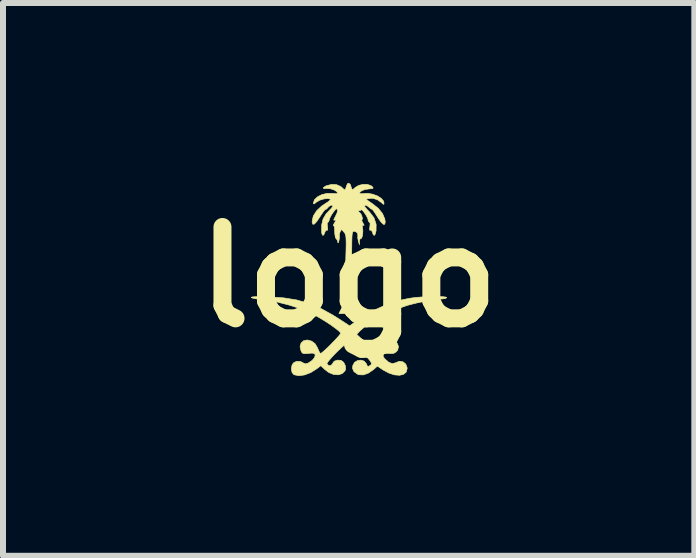
<source format=kicad_pcb>
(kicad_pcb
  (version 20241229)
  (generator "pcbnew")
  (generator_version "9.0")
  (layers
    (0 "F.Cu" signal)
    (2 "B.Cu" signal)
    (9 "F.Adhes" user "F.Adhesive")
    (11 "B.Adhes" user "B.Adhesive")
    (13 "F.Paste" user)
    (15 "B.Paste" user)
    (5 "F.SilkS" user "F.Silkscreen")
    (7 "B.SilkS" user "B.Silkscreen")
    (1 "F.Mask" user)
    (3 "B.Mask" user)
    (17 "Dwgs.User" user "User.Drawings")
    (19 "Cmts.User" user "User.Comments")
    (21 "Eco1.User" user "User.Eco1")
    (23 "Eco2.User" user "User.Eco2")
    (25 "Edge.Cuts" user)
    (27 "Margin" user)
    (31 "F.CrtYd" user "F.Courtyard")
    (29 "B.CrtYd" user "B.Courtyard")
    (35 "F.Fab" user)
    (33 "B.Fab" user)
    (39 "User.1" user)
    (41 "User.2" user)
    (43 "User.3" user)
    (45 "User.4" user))
  (footprint "logo"
    (layer "F.Cu")
    (at 2.765 1.57)
    (property "Reference" "logo" (at 0 0 0) (layer "F.SilkS") (effects (font (size 1.524 1.524) (thickness 0.3))))
    (attr through_hole)
    (fp_poly (pts (xy 1.56 0.328) (xy 1.613 0.333) (xy 1.636 0.342) (xy 1.636 0.345) (xy 1.609 0.359) (xy 1.56 0.366) (xy 1.556 0.366) (xy 1.48 0.371) (xy 1.377 0.386) (xy 1.258 0.407) (xy 1.135 0.433) (xy 1.02 0.462) (xy 0.965 0.477) (xy 0.821 0.528) (xy 0.671 0.593) (xy 0.524 0.667) (xy 0.388 0.746) (xy 0.273 0.825) (xy 0.187 0.899) (xy 0.174 0.913) (xy 0.134 0.957) (xy 0.306 1.118) (xy 0.374 1.181) (xy 0.432 1.233) (xy 0.473 1.267) (xy 0.49 1.279) (xy 0.502 1.262) (xy 0.52 1.219) (xy 0.526 1.2) (xy 0.566 1.118) (xy 0.629 1.07) (xy 0.702 1.057) (xy 0.768 1.072) (xy 0.813 1.11) (xy 0.831 1.162) (xy 0.818 1.218) (xy 0.793 1.249) (xy 0.75 1.274) (xy 0.692 1.277) (xy 0.67 1.274) (xy 0.605 1.274) (xy 0.574 1.294) (xy 0.578 1.331) (xy 0.602 1.364) (xy 0.668 1.422) (xy 0.729 1.445) (xy 0.78 1.431) (xy 0.781 1.431) (xy 0.845 1.405) (xy 0.905 1.414) (xy 0.952 1.451) (xy 0.975 1.513) (xy 0.975 1.528) (xy 0.959 1.587) (xy 0.914 1.624) (xy 0.847 1.639) (xy 0.764 1.632) (xy 0.671 1.602) (xy 0.574 1.55) (xy 0.568 1.546) (xy 0.479 1.486) (xy 0.414 1.544) (xy 0.327 1.604) (xy 0.242 1.633) (xy 0.166 1.629) (xy 0.15 1.622) (xy 0.088 1.578) (xy 0.064 1.523) (xy 0.069 1.476) (xy 0.098 1.423) (xy 0.148 1.393) (xy 0.206 1.386) (xy 0.259 1.403) (xy 0.295 1.445) (xy 0.298 1.454) (xy 0.314 1.489) (xy 0.334 1.49) (xy 0.355 1.476) (xy 0.378 1.457) (xy 0.38 1.437) (xy 0.362 1.405) (xy 0.338 1.373) (xy 0.294 1.324) (xy 0.231 1.262) (xy 0.16 1.199) (xy 0.148 1.188) (xy 0.077 1.133) (xy 0.028 1.102) (xy -0.004 1.093) (xy -0.02 1.097) (xy -0.059 1.125) (xy -0.113 1.171) (xy -0.175 1.229) (xy -0.237 1.291) (xy -0.293 1.351) (xy -0.336 1.402) (xy -0.36 1.436) (xy -0.362 1.445) (xy -0.336 1.475) (xy -0.3 1.478) (xy -0.273 1.452) (xy -0.27 1.444) (xy -0.242 1.405) (xy -0.189 1.386) (xy -0.127 1.39) (xy -0.126 1.391) (xy -0.083 1.423) (xy -0.056 1.477) (xy -0.051 1.535) (xy -0.059 1.561) (xy -0.106 1.61) (xy -0.173 1.631) (xy -0.252 1.625) (xy -0.333 1.592) (xy -0.398 1.542) (xy -0.464 1.479) (xy -0.533 1.531) (xy -0.633 1.594) (xy -0.735 1.633) (xy -0.829 1.646) (xy -0.907 1.631) (xy -0.919 1.624) (xy -0.946 1.588) (xy -0.955 1.532) (xy -0.946 1.474) (xy -0.923 1.434) (xy -0.869 1.406) (xy -0.804 1.409) (xy -0.761 1.431) (xy -0.725 1.448) (xy -0.686 1.44) (xy -0.671 1.433) (xy -0.609 1.391) (xy -0.569 1.344) (xy -0.558 1.302) (xy -0.56 1.294) (xy -0.576 1.275) (xy -0.612 1.269) (xy -0.671 1.274) (xy -0.732 1.279) (xy -0.765 1.273) (xy -0.785 1.252) (xy -0.794 1.234) (xy -0.811 1.161) (xy -0.794 1.102) (xy -0.751 1.062) (xy -0.689 1.05) (xy -0.619 1.069) (xy -0.563 1.109) (xy -0.523 1.174) (xy -0.516 1.191) (xy -0.493 1.243) (xy -0.474 1.273) (xy -0.467 1.276) (xy -0.439 1.256) (xy -0.393 1.216) (xy -0.336 1.163) (xy -0.276 1.102) (xy -0.218 1.042) (xy -0.171 0.99) (xy -0.14 0.951) (xy -0.132 0.935) (xy -0.165 0.899) (xy -0.227 0.85) (xy -0.308 0.792) (xy -0.402 0.731) (xy -0.5 0.672) (xy -0.595 0.62) (xy -0.621 0.607) (xy -0.797 0.532) (xy -0.996 0.467) (xy -1.201 0.415) (xy -1.396 0.381) (xy -1.463 0.373) (xy -1.539 0.365) (xy -1.596 0.354) (xy -1.624 0.343) (xy -1.626 0.34) (xy -1.606 0.332) (xy -1.548 0.328) (xy -1.453 0.327) (xy -1.326 0.331) (xy -1.082 0.348) (xy -0.865 0.383) (xy -0.664 0.441) (xy -0.468 0.522) (xy -0.267 0.633) (xy -0.175 0.69) (xy 0.017 0.815) (xy 0.146 0.72) (xy 0.371 0.578) (xy 0.621 0.464) (xy 0.885 0.382) (xy 1.014 0.355) (xy 1.094 0.344) (xy 1.189 0.335) (xy 1.29 0.329) (xy 1.391 0.326) (xy 1.483 0.325) (xy 1.56 0.328)) (stroke (width 0.01) (type solid)) (fill yes) (layer "F.SilkS"))
    (fp_poly (pts (xy 0.024 -1.548) (xy 0.031 -1.534) (xy 0.046 -1.486) (xy 0.05 -1.473) (xy 0.062 -1.459) (xy 0.087 -1.472) (xy 0.11 -1.494) (xy 0.167 -1.528) (xy 0.24 -1.545) (xy 0.314 -1.544) (xy 0.374 -1.523) (xy 0.392 -1.509) (xy 0.409 -1.486) (xy 0.4 -1.475) (xy 0.359 -1.471) (xy 0.346 -1.47) (xy 0.275 -1.46) (xy 0.218 -1.439) (xy 0.186 -1.412) (xy 0.183 -1.4) (xy 0.2 -1.388) (xy 0.24 -1.391) (xy 0.318 -1.396) (xy 0.402 -1.381) (xy 0.48 -1.352) (xy 0.543 -1.312) (xy 0.582 -1.266) (xy 0.589 -1.236) (xy 0.587 -1.212) (xy 0.573 -1.217) (xy 0.548 -1.24) (xy 0.478 -1.29) (xy 0.401 -1.313) (xy 0.36 -1.312) (xy 0.315 -1.304) (xy 0.295 -1.302) (xy 0.3 -1.291) (xy 0.334 -1.265) (xy 0.388 -1.228) (xy 0.398 -1.221) (xy 0.494 -1.146) (xy 0.564 -1.059) (xy 0.603 -0.968) (xy 0.61 -0.918) (xy 0.602 -0.88) (xy 0.579 -0.879) (xy 0.542 -0.913) (xy 0.493 -0.982) (xy 0.479 -1.005) (xy 0.439 -1.067) (xy 0.409 -1.111) (xy 0.392 -1.129) (xy 0.391 -1.129) (xy 0.372 -1.136) (xy 0.344 -1.16) (xy 0.304 -1.191) (xy 0.274 -1.198) (xy 0.264 -1.183) (xy 0.278 -1.161) (xy 0.312 -1.121) (xy 0.346 -1.087) (xy 0.422 -0.988) (xy 0.458 -0.88) (xy 0.457 -0.77) (xy 0.442 -0.713) (xy 0.425 -0.693) (xy 0.407 -0.713) (xy 0.398 -0.743) (xy 0.381 -0.777) (xy 0.362 -0.78) (xy 0.349 -0.784) (xy 0.35 -0.821) (xy 0.354 -0.84) (xy 0.358 -0.893) (xy 0.348 -0.914) (xy 0.346 -0.914) (xy 0.328 -0.931) (xy 0.325 -0.949) (xy 0.316 -0.982) (xy 0.293 -1.026) (xy 0.263 -1.071) (xy 0.235 -1.107) (xy 0.213 -1.123) (xy 0.207 -1.12) (xy 0.188 -1.106) (xy 0.181 -1.109) (xy 0.164 -1.105) (xy 0.163 -1.098) (xy 0.176 -1.078) (xy 0.181 -1.077) (xy 0.2 -1.06) (xy 0.22 -1.019) (xy 0.22 -1.016) (xy 0.231 -0.971) (xy 0.222 -0.955) (xy 0.218 -0.941) (xy 0.235 -0.905) (xy 0.238 -0.9) (xy 0.258 -0.865) (xy 0.251 -0.86) (xy 0.246 -0.862) (xy 0.227 -0.867) (xy 0.227 -0.844) (xy 0.231 -0.825) (xy 0.237 -0.775) (xy 0.234 -0.72) (xy 0.225 -0.672) (xy 0.212 -0.643) (xy 0.201 -0.641) (xy 0.188 -0.632) (xy 0.181 -0.596) (xy 0.179 -0.538) (xy 0.161 -0.599) (xy 0.151 -0.653) (xy 0.153 -0.693) (xy 0.148 -0.732) (xy 0.114 -0.758) (xy 0.081 -0.763) (xy 0.071 -0.758) (xy 0.063 -0.739) (xy 0.057 -0.702) (xy 0.054 -0.641) (xy 0.052 -0.552) (xy 0.051 -0.43) (xy 0.051 -0.366) (xy 0.052 -0.144) (xy 0.055 0.041) (xy 0.061 0.192) (xy 0.07 0.312) (xy 0.081 0.406) (xy 0.096 0.476) (xy 0.115 0.525) (xy 0.122 0.539) (xy 0.166 0.61) (xy -0.163 0.61) (xy -0.122 0.529) (xy -0.107 0.494) (xy -0.095 0.451) (xy -0.084 0.395) (xy -0.075 0.323) (xy -0.068 0.229) (xy -0.061 0.109) (xy -0.055 -0.041) (xy -0.05 -0.225) (xy -0.048 -0.305) (xy -0.044 -0.442) (xy -0.042 -0.544) (xy -0.043 -0.617) (xy -0.046 -0.668) (xy -0.052 -0.702) (xy -0.061 -0.725) (xy -0.074 -0.744) (xy -0.078 -0.748) (xy -0.119 -0.795) (xy -0.142 -0.753) (xy -0.156 -0.714) (xy -0.155 -0.695) (xy -0.153 -0.667) (xy -0.16 -0.617) (xy -0.162 -0.609) (xy -0.173 -0.571) (xy -0.18 -0.572) (xy -0.181 -0.583) (xy -0.192 -0.621) (xy -0.207 -0.635) (xy -0.222 -0.659) (xy -0.231 -0.716) (xy -0.233 -0.756) (xy -0.236 -0.822) (xy -0.246 -0.855) (xy -0.254 -0.857) (xy -0.258 -0.863) (xy -0.242 -0.894) (xy -0.236 -0.903) (xy -0.214 -0.941) (xy -0.215 -0.953) (xy -0.23 -0.949) (xy -0.248 -0.947) (xy -0.245 -0.965) (xy -0.223 -1.007) (xy -0.193 -1.071) (xy -0.184 -1.117) (xy -0.196 -1.137) (xy -0.2 -1.138) (xy -0.224 -1.122) (xy -0.256 -1.082) (xy -0.29 -1.031) (xy -0.315 -0.982) (xy -0.325 -0.949) (xy -0.335 -0.919) (xy -0.346 -0.914) (xy -0.358 -0.896) (xy -0.355 -0.846) (xy -0.354 -0.84) (xy -0.348 -0.791) (xy -0.357 -0.778) (xy -0.362 -0.78) (xy -0.384 -0.774) (xy -0.398 -0.743) (xy -0.416 -0.7) (xy -0.436 -0.696) (xy -0.449 -0.731) (xy -0.451 -0.747) (xy -0.45 -0.869) (xy -0.427 -0.967) (xy -0.379 -1.05) (xy -0.327 -1.106) (xy -0.288 -1.147) (xy -0.266 -1.176) (xy -0.264 -1.182) (xy -0.277 -1.199) (xy -0.307 -1.192) (xy -0.339 -1.167) (xy -0.345 -1.159) (xy -0.371 -1.132) (xy -0.386 -1.128) (xy -0.402 -1.116) (xy -0.432 -1.076) (xy -0.471 -1.018) (xy -0.479 -1.005) (xy -0.532 -0.926) (xy -0.571 -0.884) (xy -0.597 -0.879) (xy -0.609 -0.912) (xy -0.609 -0.93) (xy -0.59 -1.017) (xy -0.535 -1.104) (xy -0.451 -1.183) (xy -0.4 -1.217) (xy -0.344 -1.254) (xy -0.309 -1.283) (xy -0.303 -1.299) (xy -0.303 -1.299) (xy -0.349 -1.309) (xy -0.414 -1.302) (xy -0.481 -1.282) (xy -0.534 -1.252) (xy -0.538 -1.249) (xy -0.573 -1.22) (xy -0.588 -1.222) (xy -0.589 -1.232) (xy -0.571 -1.288) (xy -0.52 -1.337) (xy -0.448 -1.374) (xy -0.362 -1.395) (xy -0.271 -1.395) (xy -0.262 -1.394) (xy -0.209 -1.39) (xy -0.184 -1.398) (xy -0.183 -1.401) (xy -0.201 -1.427) (xy -0.245 -1.453) (xy -0.301 -1.471) (xy -0.355 -1.477) (xy -0.367 -1.476) (xy -0.414 -1.474) (xy -0.424 -1.487) (xy -0.396 -1.51) (xy -0.375 -1.521) (xy -0.287 -1.544) (xy -0.201 -1.54) (xy -0.13 -1.508) (xy -0.111 -1.491) (xy -0.075 -1.458) (xy -0.056 -1.459) (xy -0.053 -1.466) (xy -0.034 -1.525) (xy -0.02 -1.555) (xy -0.005 -1.564) (xy 0 -1.565) (xy 0.024 -1.548)) (stroke (width 0.01) (type solid)) (fill yes) (layer "F.SilkS")))
  (gr_rect
    (start -3 -3)
    (end 8.53 6.22)
    (stroke (width 0.1) (type default))
    (fill no)
    (layer "Edge.Cuts")))
</source>
